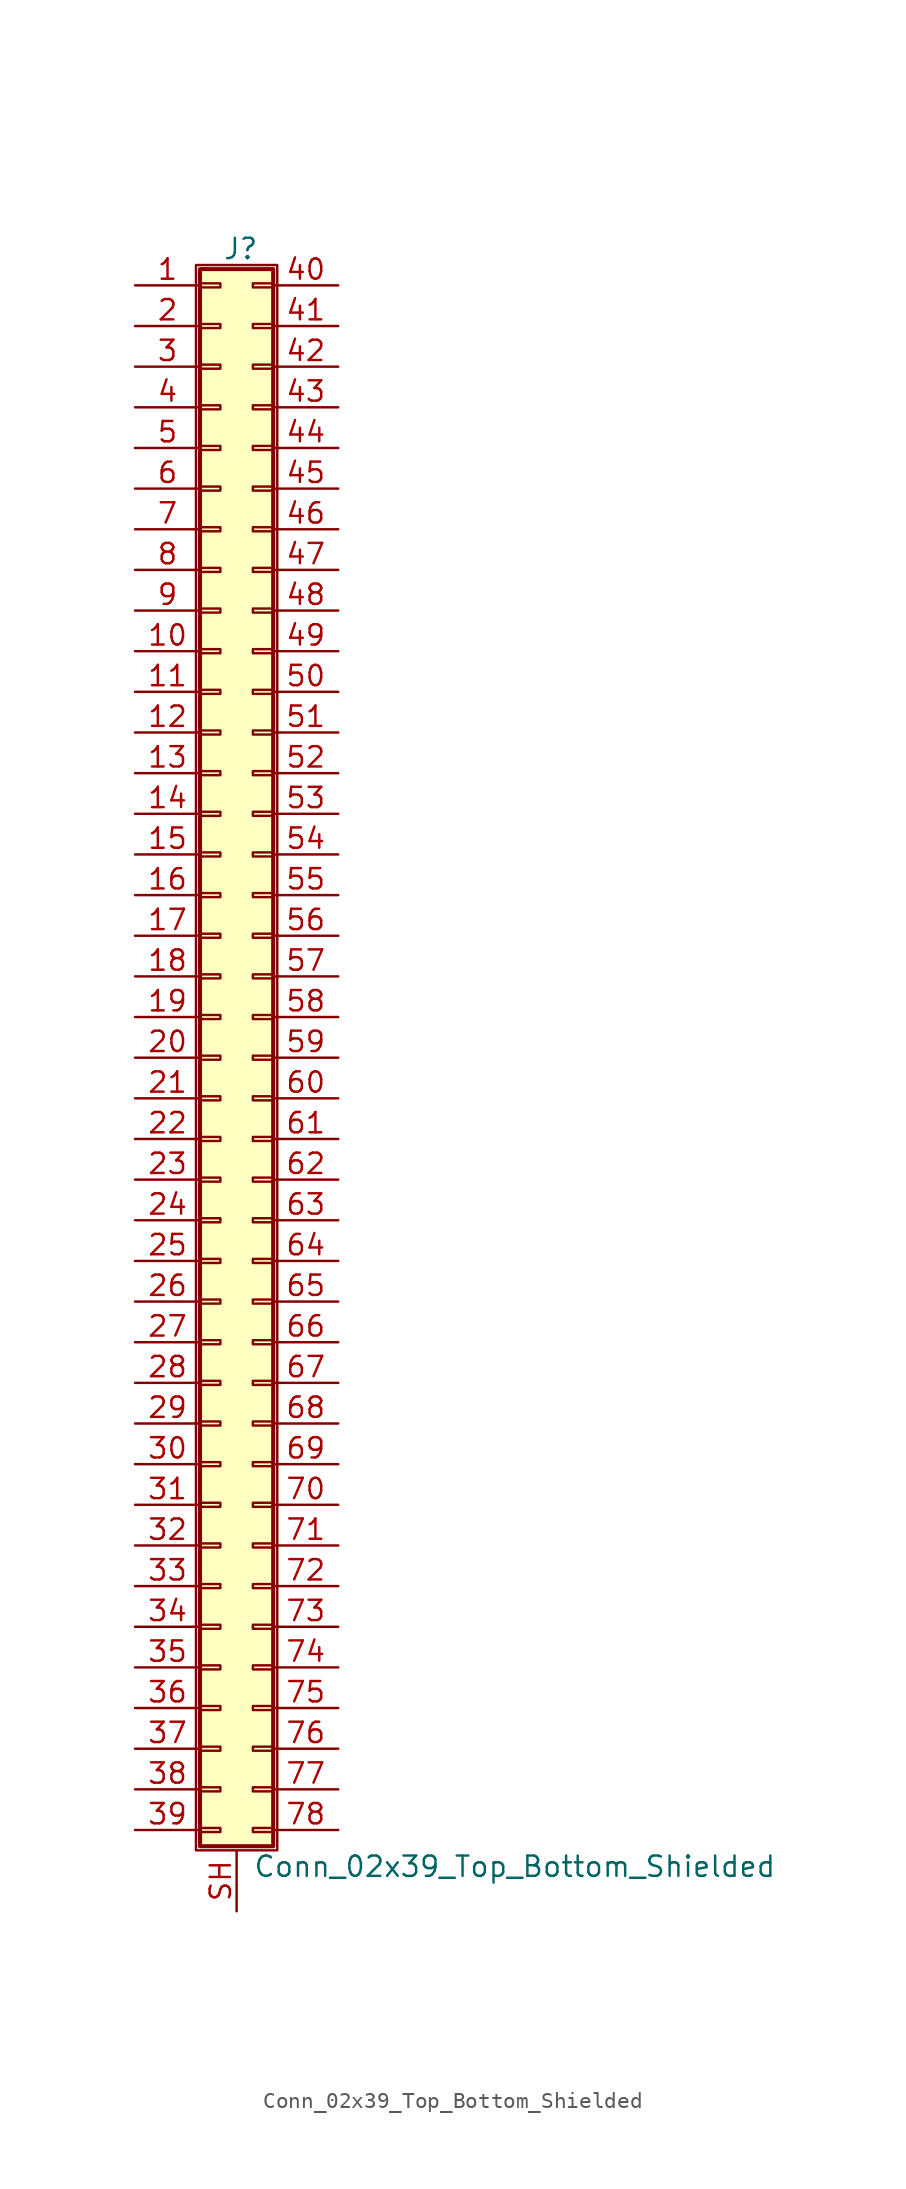
<source format=kicad_sym>
(kicad_symbol_lib
  (version 20211014)
  (generator kicad_symbol_editor)
  (symbol "Conn_02x39_Top_Bottom_Shielded"
    (pin_names
      (offset 1.016) hide)
    (property "Reference" "J"
      (at 1.524 50.546 0)
      (effects (font (size 1.27 1.27))))
    (property "Value" "Conn_02x39_Top_Bottom_Shielded"
      (at 2.286 -50.546 0)
      (effects (font (size 1.27 1.27)) (justify left)))
    (symbol "Conn_02x39_Top_Bottom_Shielded_1_1"
      (rectangle (start -1.27 49.53) (end 3.81 -49.53) (stroke (width 0.152) (type default) (color 0 0 0 0)) (fill (type none)))
      (rectangle (start -1.016 -48.133) (end 0.254 -48.387) (stroke (width 0.152) (type default) (color 0 0 0 0)) (fill (type none)))
      (rectangle (start -1.016 -45.593) (end 0.254 -45.847) (stroke (width 0.152) (type default) (color 0 0 0 0)) (fill (type none)))
      (rectangle (start -1.016 -43.053) (end 0.254 -43.307) (stroke (width 0.152) (type default) (color 0 0 0 0)) (fill (type none)))
      (rectangle (start -1.016 -40.513) (end 0.254 -40.767) (stroke (width 0.152) (type default) (color 0 0 0 0)) (fill (type none)))
      (rectangle (start -1.016 -37.973) (end 0.254 -38.227) (stroke (width 0.152) (type default) (color 0 0 0 0)) (fill (type none)))
      (rectangle (start -1.016 -35.433) (end 0.254 -35.687) (stroke (width 0.152) (type default) (color 0 0 0 0)) (fill (type none)))
      (rectangle (start -1.016 -32.893) (end 0.254 -33.147) (stroke (width 0.152) (type default) (color 0 0 0 0)) (fill (type none)))
      (rectangle (start -1.016 -30.353) (end 0.254 -30.607) (stroke (width 0.152) (type default) (color 0 0 0 0)) (fill (type none)))
      (rectangle (start -1.016 -27.813) (end 0.254 -28.067) (stroke (width 0.152) (type default) (color 0 0 0 0)) (fill (type none)))
      (rectangle (start -1.016 -25.273) (end 0.254 -25.527) (stroke (width 0.152) (type default) (color 0 0 0 0)) (fill (type none)))
      (rectangle (start -1.016 -22.733) (end 0.254 -22.987) (stroke (width 0.152) (type default) (color 0 0 0 0)) (fill (type none)))
      (rectangle (start -1.016 -20.193) (end 0.254 -20.447) (stroke (width 0.152) (type default) (color 0 0 0 0)) (fill (type none)))
      (rectangle (start -1.016 -17.653) (end 0.254 -17.907) (stroke (width 0.152) (type default) (color 0 0 0 0)) (fill (type none)))
      (rectangle (start -1.016 -15.113) (end 0.254 -15.367) (stroke (width 0.152) (type default) (color 0 0 0 0)) (fill (type none)))
      (rectangle (start -1.016 -12.573) (end 0.254 -12.827) (stroke (width 0.152) (type default) (color 0 0 0 0)) (fill (type none)))
      (rectangle (start -1.016 -10.033) (end 0.254 -10.287) (stroke (width 0.152) (type default) (color 0 0 0 0)) (fill (type none)))
      (rectangle (start -1.016 -7.493) (end 0.254 -7.747) (stroke (width 0.152) (type default) (color 0 0 0 0)) (fill (type none)))
      (rectangle (start -1.016 -4.953) (end 0.254 -5.207) (stroke (width 0.152) (type default) (color 0 0 0 0)) (fill (type none)))
      (rectangle (start -1.016 -2.413) (end 0.254 -2.667) (stroke (width 0.152) (type default) (color 0 0 0 0)) (fill (type none)))
      (rectangle (start -1.016 0.127) (end 0.254 -0.127) (stroke (width 0.152) (type default) (color 0 0 0 0)) (fill (type none)))
      (rectangle (start -1.016 2.667) (end 0.254 2.413) (stroke (width 0.152) (type default) (color 0 0 0 0)) (fill (type none)))
      (rectangle (start -1.016 5.207) (end 0.254 4.953) (stroke (width 0.152) (type default) (color 0 0 0 0)) (fill (type none)))
      (rectangle (start -1.016 7.747) (end 0.254 7.493) (stroke (width 0.152) (type default) (color 0 0 0 0)) (fill (type none)))
      (rectangle (start -1.016 10.287) (end 0.254 10.033) (stroke (width 0.152) (type default) (color 0 0 0 0)) (fill (type none)))
      (rectangle (start -1.016 12.827) (end 0.254 12.573) (stroke (width 0.152) (type default) (color 0 0 0 0)) (fill (type none)))
      (rectangle (start -1.016 15.367) (end 0.254 15.113) (stroke (width 0.152) (type default) (color 0 0 0 0)) (fill (type none)))
      (rectangle (start -1.016 17.907) (end 0.254 17.653) (stroke (width 0.152) (type default) (color 0 0 0 0)) (fill (type none)))
      (rectangle (start -1.016 20.447) (end 0.254 20.193) (stroke (width 0.152) (type default) (color 0 0 0 0)) (fill (type none)))
      (rectangle (start -1.016 22.987) (end 0.254 22.733) (stroke (width 0.152) (type default) (color 0 0 0 0)) (fill (type none)))
      (rectangle (start -1.016 25.527) (end 0.254 25.273) (stroke (width 0.152) (type default) (color 0 0 0 0)) (fill (type none)))
      (rectangle (start -1.016 28.067) (end 0.254 27.813) (stroke (width 0.152) (type default) (color 0 0 0 0)) (fill (type none)))
      (rectangle (start -1.016 30.607) (end 0.254 30.353) (stroke (width 0.152) (type default) (color 0 0 0 0)) (fill (type none)))
      (rectangle (start -1.016 33.147) (end 0.254 32.893) (stroke (width 0.152) (type default) (color 0 0 0 0)) (fill (type none)))
      (rectangle (start -1.016 35.687) (end 0.254 35.433) (stroke (width 0.152) (type default) (color 0 0 0 0)) (fill (type none)))
      (rectangle (start -1.016 38.227) (end 0.254 37.973) (stroke (width 0.152) (type default) (color 0 0 0 0)) (fill (type none)))
      (rectangle (start -1.016 40.767) (end 0.254 40.513) (stroke (width 0.152) (type default) (color 0 0 0 0)) (fill (type none)))
      (rectangle (start -1.016 43.307) (end 0.254 43.053) (stroke (width 0.152) (type default) (color 0 0 0 0)) (fill (type none)))
      (rectangle (start -1.016 45.847) (end 0.254 45.593) (stroke (width 0.152) (type default) (color 0 0 0 0)) (fill (type none)))
      (rectangle (start -1.016 48.387) (end 0.254 48.133) (stroke (width 0.152) (type default) (color 0 0 0 0)) (fill (type none)))
      (rectangle (start -1.016 49.276) (end 3.556 -49.276) (stroke (width 0.254) (type default) (color 0 0 0 0)) (fill (type background)))
      (rectangle (start 3.556 -48.133) (end 2.286 -48.387) (stroke (width 0.152) (type default) (color 0 0 0 0)) (fill (type none)))
      (rectangle (start 3.556 -45.593) (end 2.286 -45.847) (stroke (width 0.152) (type default) (color 0 0 0 0)) (fill (type none)))
      (rectangle (start 3.556 -43.053) (end 2.286 -43.307) (stroke (width 0.152) (type default) (color 0 0 0 0)) (fill (type none)))
      (rectangle (start 3.556 -40.513) (end 2.286 -40.767) (stroke (width 0.152) (type default) (color 0 0 0 0)) (fill (type none)))
      (rectangle (start 3.556 -37.973) (end 2.286 -38.227) (stroke (width 0.152) (type default) (color 0 0 0 0)) (fill (type none)))
      (rectangle (start 3.556 -35.433) (end 2.286 -35.687) (stroke (width 0.152) (type default) (color 0 0 0 0)) (fill (type none)))
      (rectangle (start 3.556 -32.893) (end 2.286 -33.147) (stroke (width 0.152) (type default) (color 0 0 0 0)) (fill (type none)))
      (rectangle (start 3.556 -30.353) (end 2.286 -30.607) (stroke (width 0.152) (type default) (color 0 0 0 0)) (fill (type none)))
      (rectangle (start 3.556 -27.813) (end 2.286 -28.067) (stroke (width 0.152) (type default) (color 0 0 0 0)) (fill (type none)))
      (rectangle (start 3.556 -25.273) (end 2.286 -25.527) (stroke (width 0.152) (type default) (color 0 0 0 0)) (fill (type none)))
      (rectangle (start 3.556 -22.733) (end 2.286 -22.987) (stroke (width 0.152) (type default) (color 0 0 0 0)) (fill (type none)))
      (rectangle (start 3.556 -20.193) (end 2.286 -20.447) (stroke (width 0.152) (type default) (color 0 0 0 0)) (fill (type none)))
      (rectangle (start 3.556 -17.653) (end 2.286 -17.907) (stroke (width 0.152) (type default) (color 0 0 0 0)) (fill (type none)))
      (rectangle (start 3.556 -15.113) (end 2.286 -15.367) (stroke (width 0.152) (type default) (color 0 0 0 0)) (fill (type none)))
      (rectangle (start 3.556 -12.573) (end 2.286 -12.827) (stroke (width 0.152) (type default) (color 0 0 0 0)) (fill (type none)))
      (rectangle (start 3.556 -10.033) (end 2.286 -10.287) (stroke (width 0.152) (type default) (color 0 0 0 0)) (fill (type none)))
      (rectangle (start 3.556 -7.493) (end 2.286 -7.747) (stroke (width 0.152) (type default) (color 0 0 0 0)) (fill (type none)))
      (rectangle (start 3.556 -4.953) (end 2.286 -5.207) (stroke (width 0.152) (type default) (color 0 0 0 0)) (fill (type none)))
      (rectangle (start 3.556 -2.413) (end 2.286 -2.667) (stroke (width 0.152) (type default) (color 0 0 0 0)) (fill (type none)))
      (rectangle (start 3.556 0.127) (end 2.286 -0.127) (stroke (width 0.152) (type default) (color 0 0 0 0)) (fill (type none)))
      (rectangle (start 3.556 2.667) (end 2.286 2.413) (stroke (width 0.152) (type default) (color 0 0 0 0)) (fill (type none)))
      (rectangle (start 3.556 5.207) (end 2.286 4.953) (stroke (width 0.152) (type default) (color 0 0 0 0)) (fill (type none)))
      (rectangle (start 3.556 7.747) (end 2.286 7.493) (stroke (width 0.152) (type default) (color 0 0 0 0)) (fill (type none)))
      (rectangle (start 3.556 10.287) (end 2.286 10.033) (stroke (width 0.152) (type default) (color 0 0 0 0)) (fill (type none)))
      (rectangle (start 3.556 12.827) (end 2.286 12.573) (stroke (width 0.152) (type default) (color 0 0 0 0)) (fill (type none)))
      (rectangle (start 3.556 15.367) (end 2.286 15.113) (stroke (width 0.152) (type default) (color 0 0 0 0)) (fill (type none)))
      (rectangle (start 3.556 17.907) (end 2.286 17.653) (stroke (width 0.152) (type default) (color 0 0 0 0)) (fill (type none)))
      (rectangle (start 3.556 20.447) (end 2.286 20.193) (stroke (width 0.152) (type default) (color 0 0 0 0)) (fill (type none)))
      (rectangle (start 3.556 22.987) (end 2.286 22.733) (stroke (width 0.152) (type default) (color 0 0 0 0)) (fill (type none)))
      (rectangle (start 3.556 25.527) (end 2.286 25.273) (stroke (width 0.152) (type default) (color 0 0 0 0)) (fill (type none)))
      (rectangle (start 3.556 28.067) (end 2.286 27.813) (stroke (width 0.152) (type default) (color 0 0 0 0)) (fill (type none)))
      (rectangle (start 3.556 30.607) (end 2.286 30.353) (stroke (width 0.152) (type default) (color 0 0 0 0)) (fill (type none)))
      (rectangle (start 3.556 33.147) (end 2.286 32.893) (stroke (width 0.152) (type default) (color 0 0 0 0)) (fill (type none)))
      (rectangle (start 3.556 35.687) (end 2.286 35.433) (stroke (width 0.152) (type default) (color 0 0 0 0)) (fill (type none)))
      (rectangle (start 3.556 38.227) (end 2.286 37.973) (stroke (width 0.152) (type default) (color 0 0 0 0)) (fill (type none)))
      (rectangle (start 3.556 40.767) (end 2.286 40.513) (stroke (width 0.152) (type default) (color 0 0 0 0)) (fill (type none)))
      (rectangle (start 3.556 43.307) (end 2.286 43.053) (stroke (width 0.152) (type default) (color 0 0 0 0)) (fill (type none)))
      (rectangle (start 3.556 45.847) (end 2.286 45.593) (stroke (width 0.152) (type default) (color 0 0 0 0)) (fill (type none)))
      (rectangle (start 3.556 48.387) (end 2.286 48.133) (stroke (width 0.152) (type default) (color 0 0 0 0)) (fill (type none)))
      (pin passive line (at -5.08 48.26 0) (length 4.064) (name "Pin_1" (effects (font (size 1.27 1.27)))) (number "1" (effects (font (size 1.27 1.27)))))
      (pin passive line (at -5.08 25.4 0) (length 4.064) (name "Pin_10" (effects (font (size 1.27 1.27)))) (number "10" (effects (font (size 1.27 1.27)))))
      (pin passive line (at -5.08 22.86 0) (length 4.064) (name "Pin_11" (effects (font (size 1.27 1.27)))) (number "11" (effects (font (size 1.27 1.27)))))
      (pin passive line (at -5.08 20.32 0) (length 4.064) (name "Pin_12" (effects (font (size 1.27 1.27)))) (number "12" (effects (font (size 1.27 1.27)))))
      (pin passive line (at -5.08 17.78 0) (length 4.064) (name "Pin_13" (effects (font (size 1.27 1.27)))) (number "13" (effects (font (size 1.27 1.27)))))
      (pin passive line (at -5.08 15.24 0) (length 4.064) (name "Pin_14" (effects (font (size 1.27 1.27)))) (number "14" (effects (font (size 1.27 1.27)))))
      (pin passive line (at -5.08 12.7 0) (length 4.064) (name "Pin_15" (effects (font (size 1.27 1.27)))) (number "15" (effects (font (size 1.27 1.27)))))
      (pin passive line (at -5.08 10.16 0) (length 4.064) (name "Pin_16" (effects (font (size 1.27 1.27)))) (number "16" (effects (font (size 1.27 1.27)))))
      (pin passive line (at -5.08 7.62 0) (length 4.064) (name "Pin_17" (effects (font (size 1.27 1.27)))) (number "17" (effects (font (size 1.27 1.27)))))
      (pin passive line (at -5.08 5.08 0) (length 4.064) (name "Pin_18" (effects (font (size 1.27 1.27)))) (number "18" (effects (font (size 1.27 1.27)))))
      (pin passive line (at -5.08 2.54 0) (length 4.064) (name "Pin_19" (effects (font (size 1.27 1.27)))) (number "19" (effects (font (size 1.27 1.27)))))
      (pin passive line (at -5.08 45.72 0) (length 4.064) (name "Pin_2" (effects (font (size 1.27 1.27)))) (number "2" (effects (font (size 1.27 1.27)))))
      (pin passive line (at -5.08 0 0) (length 4.064) (name "Pin_20" (effects (font (size 1.27 1.27)))) (number "20" (effects (font (size 1.27 1.27)))))
      (pin passive line (at -5.08 -2.54 0) (length 4.064) (name "Pin_21" (effects (font (size 1.27 1.27)))) (number "21" (effects (font (size 1.27 1.27)))))
      (pin passive line (at -5.08 -5.08 0) (length 4.064) (name "Pin_22" (effects (font (size 1.27 1.27)))) (number "22" (effects (font (size 1.27 1.27)))))
      (pin passive line (at -5.08 -7.62 0) (length 4.064) (name "Pin_23" (effects (font (size 1.27 1.27)))) (number "23" (effects (font (size 1.27 1.27)))))
      (pin passive line (at -5.08 -10.16 0) (length 4.064) (name "Pin_24" (effects (font (size 1.27 1.27)))) (number "24" (effects (font (size 1.27 1.27)))))
      (pin passive line (at -5.08 -12.7 0) (length 4.064) (name "Pin_25" (effects (font (size 1.27 1.27)))) (number "25" (effects (font (size 1.27 1.27)))))
      (pin passive line (at -5.08 -15.24 0) (length 4.064) (name "Pin_26" (effects (font (size 1.27 1.27)))) (number "26" (effects (font (size 1.27 1.27)))))
      (pin passive line (at -5.08 -17.78 0) (length 4.064) (name "Pin_27" (effects (font (size 1.27 1.27)))) (number "27" (effects (font (size 1.27 1.27)))))
      (pin passive line (at -5.08 -20.32 0) (length 4.064) (name "Pin_28" (effects (font (size 1.27 1.27)))) (number "28" (effects (font (size 1.27 1.27)))))
      (pin passive line (at -5.08 -22.86 0) (length 4.064) (name "Pin_29" (effects (font (size 1.27 1.27)))) (number "29" (effects (font (size 1.27 1.27)))))
      (pin passive line (at -5.08 43.18 0) (length 4.064) (name "Pin_3" (effects (font (size 1.27 1.27)))) (number "3" (effects (font (size 1.27 1.27)))))
      (pin passive line (at -5.08 -25.4 0) (length 4.064) (name "Pin_30" (effects (font (size 1.27 1.27)))) (number "30" (effects (font (size 1.27 1.27)))))
      (pin passive line (at -5.08 -27.94 0) (length 4.064) (name "Pin_31" (effects (font (size 1.27 1.27)))) (number "31" (effects (font (size 1.27 1.27)))))
      (pin passive line (at -5.08 -30.48 0) (length 4.064) (name "Pin_32" (effects (font (size 1.27 1.27)))) (number "32" (effects (font (size 1.27 1.27)))))
      (pin passive line (at -5.08 -33.02 0) (length 4.064) (name "Pin_33" (effects (font (size 1.27 1.27)))) (number "33" (effects (font (size 1.27 1.27)))))
      (pin passive line (at -5.08 -35.56 0) (length 4.064) (name "Pin_34" (effects (font (size 1.27 1.27)))) (number "34" (effects (font (size 1.27 1.27)))))
      (pin passive line (at -5.08 -38.1 0) (length 4.064) (name "Pin_35" (effects (font (size 1.27 1.27)))) (number "35" (effects (font (size 1.27 1.27)))))
      (pin passive line (at -5.08 -40.64 0) (length 4.064) (name "Pin_36" (effects (font (size 1.27 1.27)))) (number "36" (effects (font (size 1.27 1.27)))))
      (pin passive line (at -5.08 -43.18 0) (length 4.064) (name "Pin_37" (effects (font (size 1.27 1.27)))) (number "37" (effects (font (size 1.27 1.27)))))
      (pin passive line (at -5.08 -45.72 0) (length 4.064) (name "Pin_38" (effects (font (size 1.27 1.27)))) (number "38" (effects (font (size 1.27 1.27)))))
      (pin passive line (at -5.08 -48.26 0) (length 4.064) (name "Pin_39" (effects (font (size 1.27 1.27)))) (number "39" (effects (font (size 1.27 1.27)))))
      (pin passive line (at -5.08 40.64 0) (length 4.064) (name "Pin_4" (effects (font (size 1.27 1.27)))) (number "4" (effects (font (size 1.27 1.27)))))
      (pin passive line (at 7.62 48.26 180) (length 4.064) (name "Pin_40" (effects (font (size 1.27 1.27)))) (number "40" (effects (font (size 1.27 1.27)))))
      (pin passive line (at 7.62 45.72 180) (length 4.064) (name "Pin_41" (effects (font (size 1.27 1.27)))) (number "41" (effects (font (size 1.27 1.27)))))
      (pin passive line (at 7.62 43.18 180) (length 4.064) (name "Pin_42" (effects (font (size 1.27 1.27)))) (number "42" (effects (font (size 1.27 1.27)))))
      (pin passive line (at 7.62 40.64 180) (length 4.064) (name "Pin_43" (effects (font (size 1.27 1.27)))) (number "43" (effects (font (size 1.27 1.27)))))
      (pin passive line (at 7.62 38.1 180) (length 4.064) (name "Pin_44" (effects (font (size 1.27 1.27)))) (number "44" (effects (font (size 1.27 1.27)))))
      (pin passive line (at 7.62 35.56 180) (length 4.064) (name "Pin_45" (effects (font (size 1.27 1.27)))) (number "45" (effects (font (size 1.27 1.27)))))
      (pin passive line (at 7.62 33.02 180) (length 4.064) (name "Pin_46" (effects (font (size 1.27 1.27)))) (number "46" (effects (font (size 1.27 1.27)))))
      (pin passive line (at 7.62 30.48 180) (length 4.064) (name "Pin_47" (effects (font (size 1.27 1.27)))) (number "47" (effects (font (size 1.27 1.27)))))
      (pin passive line (at 7.62 27.94 180) (length 4.064) (name "Pin_48" (effects (font (size 1.27 1.27)))) (number "48" (effects (font (size 1.27 1.27)))))
      (pin passive line (at 7.62 25.4 180) (length 4.064) (name "Pin_49" (effects (font (size 1.27 1.27)))) (number "49" (effects (font (size 1.27 1.27)))))
      (pin passive line (at -5.08 38.1 0) (length 4.064) (name "Pin_5" (effects (font (size 1.27 1.27)))) (number "5" (effects (font (size 1.27 1.27)))))
      (pin passive line (at 7.62 22.86 180) (length 4.064) (name "Pin_50" (effects (font (size 1.27 1.27)))) (number "50" (effects (font (size 1.27 1.27)))))
      (pin passive line (at 7.62 20.32 180) (length 4.064) (name "Pin_51" (effects (font (size 1.27 1.27)))) (number "51" (effects (font (size 1.27 1.27)))))
      (pin passive line (at 7.62 17.78 180) (length 4.064) (name "Pin_52" (effects (font (size 1.27 1.27)))) (number "52" (effects (font (size 1.27 1.27)))))
      (pin passive line (at 7.62 15.24 180) (length 4.064) (name "Pin_53" (effects (font (size 1.27 1.27)))) (number "53" (effects (font (size 1.27 1.27)))))
      (pin passive line (at 7.62 12.7 180) (length 4.064) (name "Pin_54" (effects (font (size 1.27 1.27)))) (number "54" (effects (font (size 1.27 1.27)))))
      (pin passive line (at 7.62 10.16 180) (length 4.064) (name "Pin_55" (effects (font (size 1.27 1.27)))) (number "55" (effects (font (size 1.27 1.27)))))
      (pin passive line (at 7.62 7.62 180) (length 4.064) (name "Pin_56" (effects (font (size 1.27 1.27)))) (number "56" (effects (font (size 1.27 1.27)))))
      (pin passive line (at 7.62 5.08 180) (length 4.064) (name "Pin_57" (effects (font (size 1.27 1.27)))) (number "57" (effects (font (size 1.27 1.27)))))
      (pin passive line (at 7.62 2.54 180) (length 4.064) (name "Pin_58" (effects (font (size 1.27 1.27)))) (number "58" (effects (font (size 1.27 1.27)))))
      (pin passive line (at 7.62 0 180) (length 4.064) (name "Pin_59" (effects (font (size 1.27 1.27)))) (number "59" (effects (font (size 1.27 1.27)))))
      (pin passive line (at -5.08 35.56 0) (length 4.064) (name "Pin_6" (effects (font (size 1.27 1.27)))) (number "6" (effects (font (size 1.27 1.27)))))
      (pin passive line (at 7.62 -2.54 180) (length 4.064) (name "Pin_60" (effects (font (size 1.27 1.27)))) (number "60" (effects (font (size 1.27 1.27)))))
      (pin passive line (at 7.62 -5.08 180) (length 4.064) (name "Pin_61" (effects (font (size 1.27 1.27)))) (number "61" (effects (font (size 1.27 1.27)))))
      (pin passive line (at 7.62 -7.62 180) (length 4.064) (name "Pin_62" (effects (font (size 1.27 1.27)))) (number "62" (effects (font (size 1.27 1.27)))))
      (pin passive line (at 7.62 -10.16 180) (length 4.064) (name "Pin_63" (effects (font (size 1.27 1.27)))) (number "63" (effects (font (size 1.27 1.27)))))
      (pin passive line (at 7.62 -12.7 180) (length 4.064) (name "Pin_64" (effects (font (size 1.27 1.27)))) (number "64" (effects (font (size 1.27 1.27)))))
      (pin passive line (at 7.62 -15.24 180) (length 4.064) (name "Pin_65" (effects (font (size 1.27 1.27)))) (number "65" (effects (font (size 1.27 1.27)))))
      (pin passive line (at 7.62 -17.78 180) (length 4.064) (name "Pin_66" (effects (font (size 1.27 1.27)))) (number "66" (effects (font (size 1.27 1.27)))))
      (pin passive line (at 7.62 -20.32 180) (length 4.064) (name "Pin_67" (effects (font (size 1.27 1.27)))) (number "67" (effects (font (size 1.27 1.27)))))
      (pin passive line (at 7.62 -22.86 180) (length 4.064) (name "Pin_68" (effects (font (size 1.27 1.27)))) (number "68" (effects (font (size 1.27 1.27)))))
      (pin passive line (at 7.62 -25.4 180) (length 4.064) (name "Pin_69" (effects (font (size 1.27 1.27)))) (number "69" (effects (font (size 1.27 1.27)))))
      (pin passive line (at -5.08 33.02 0) (length 4.064) (name "Pin_7" (effects (font (size 1.27 1.27)))) (number "7" (effects (font (size 1.27 1.27)))))
      (pin passive line (at 7.62 -27.94 180) (length 4.064) (name "Pin_70" (effects (font (size 1.27 1.27)))) (number "70" (effects (font (size 1.27 1.27)))))
      (pin passive line (at 7.62 -30.48 180) (length 4.064) (name "Pin_71" (effects (font (size 1.27 1.27)))) (number "71" (effects (font (size 1.27 1.27)))))
      (pin passive line (at 7.62 -33.02 180) (length 4.064) (name "Pin_72" (effects (font (size 1.27 1.27)))) (number "72" (effects (font (size 1.27 1.27)))))
      (pin passive line (at 7.62 -35.56 180) (length 4.064) (name "Pin_73" (effects (font (size 1.27 1.27)))) (number "73" (effects (font (size 1.27 1.27)))))
      (pin passive line (at 7.62 -38.1 180) (length 4.064) (name "Pin_74" (effects (font (size 1.27 1.27)))) (number "74" (effects (font (size 1.27 1.27)))))
      (pin passive line (at 7.62 -40.64 180) (length 4.064) (name "Pin_75" (effects (font (size 1.27 1.27)))) (number "75" (effects (font (size 1.27 1.27)))))
      (pin passive line (at 7.62 -43.18 180) (length 4.064) (name "Pin_76" (effects (font (size 1.27 1.27)))) (number "76" (effects (font (size 1.27 1.27)))))
      (pin passive line (at 7.62 -45.72 180) (length 4.064) (name "Pin_77" (effects (font (size 1.27 1.27)))) (number "77" (effects (font (size 1.27 1.27)))))
      (pin passive line (at 7.62 -48.26 180) (length 4.064) (name "Pin_78" (effects (font (size 1.27 1.27)))) (number "78" (effects (font (size 1.27 1.27)))))
      (pin passive line (at -5.08 30.48 0) (length 4.064) (name "Pin_8" (effects (font (size 1.27 1.27)))) (number "8" (effects (font (size 1.27 1.27)))))
      (pin passive line (at -5.08 27.94 0) (length 4.064) (name "Pin_9" (effects (font (size 1.27 1.27)))) (number "9" (effects (font (size 1.27 1.27)))))
      (pin passive line (at 1.27 -53.34 90) (length 3.81) (name "Shield" (effects (font (size 1.27 1.27)))) (number "SH" (effects (font (size 1.27 1.27))))))))
</source>
